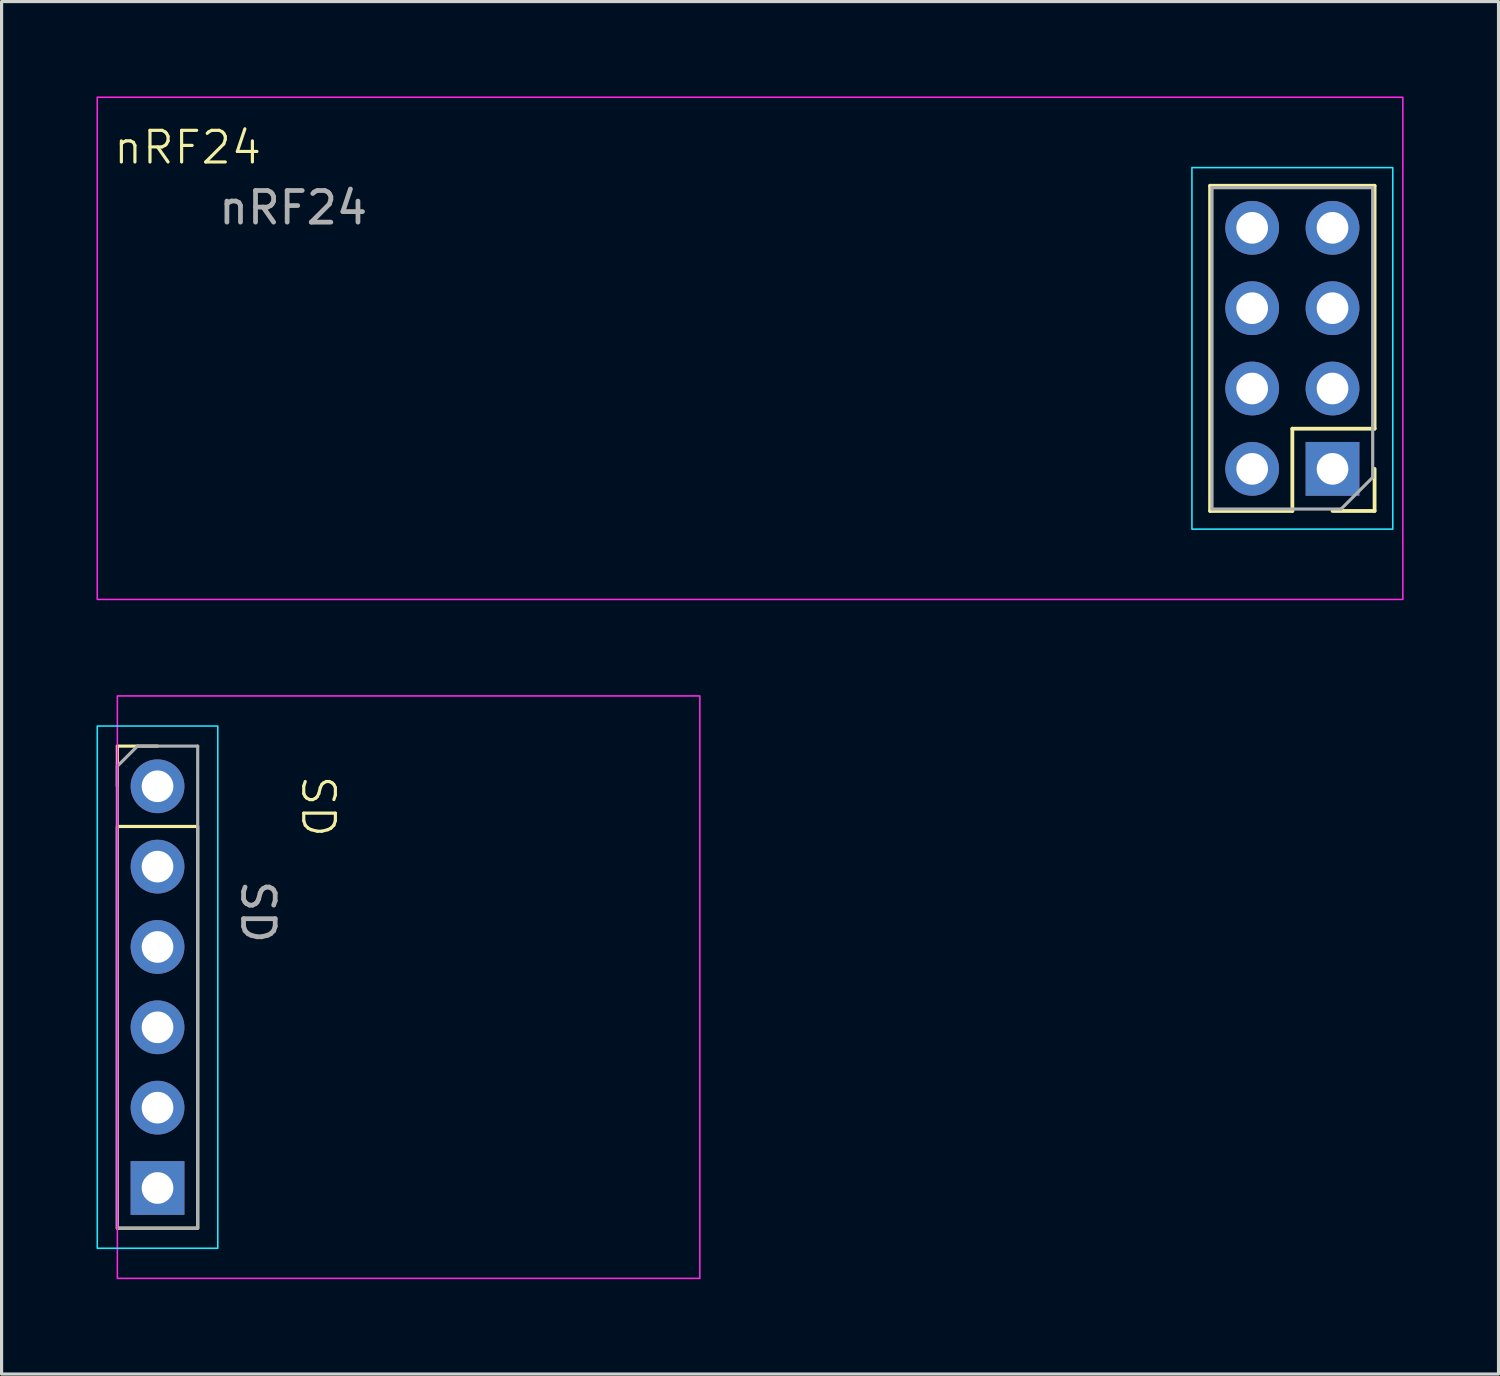
<source format=kicad_pcb>
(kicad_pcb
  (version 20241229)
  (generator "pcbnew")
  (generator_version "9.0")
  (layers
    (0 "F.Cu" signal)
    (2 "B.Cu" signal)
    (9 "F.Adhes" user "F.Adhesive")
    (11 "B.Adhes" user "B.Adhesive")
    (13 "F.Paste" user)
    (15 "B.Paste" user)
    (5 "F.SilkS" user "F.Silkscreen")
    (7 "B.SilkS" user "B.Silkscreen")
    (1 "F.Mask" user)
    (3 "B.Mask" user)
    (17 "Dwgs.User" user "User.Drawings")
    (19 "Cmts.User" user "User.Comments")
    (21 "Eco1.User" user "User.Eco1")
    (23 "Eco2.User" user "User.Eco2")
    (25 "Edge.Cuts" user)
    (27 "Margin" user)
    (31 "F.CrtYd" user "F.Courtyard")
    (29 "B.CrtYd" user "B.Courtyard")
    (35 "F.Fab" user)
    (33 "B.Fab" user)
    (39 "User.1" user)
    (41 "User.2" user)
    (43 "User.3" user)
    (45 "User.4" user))
  (footprint "nRF24"
    (layer "F.Cu")
    (at 37.807 7.963)
    (property "Reference" "nRF24" (at -34.925 -6.35 0) (unlocked yes) (layer "F.SilkS") (effects (font (size 1 1) (thickness 0.1))))
    (attr through_hole)
    (fp_line (start -2.6 -5.14) (end 2.6 -5.14) (stroke (width 0.12) (type solid)) (layer "F.SilkS"))
    (fp_line (start -2.6 5.14) (end -2.6 -5.14) (stroke (width 0.12) (type solid)) (layer "F.SilkS"))
    (fp_line (start -2.6 5.14) (end 0 5.14) (stroke (width 0.12) (type solid)) (layer "F.SilkS"))
    (fp_line (start 0 2.54) (end 2.6 2.54) (stroke (width 0.12) (type solid)) (layer "F.SilkS"))
    (fp_line (start 0 5.14) (end 0 2.54) (stroke (width 0.12) (type solid)) (layer "F.SilkS"))
    (fp_line (start 1.27 5.14) (end 2.6 5.14) (stroke (width 0.12) (type solid)) (layer "F.SilkS"))
    (fp_line (start 2.6 2.54) (end 2.6 -5.14) (stroke (width 0.12) (type solid)) (layer "F.SilkS"))
    (fp_line (start 2.6 5.14) (end 2.6 3.81) (stroke (width 0.12) (type solid)) (layer "F.SilkS"))
    (fp_rect (start -3.175 -5.715) (end 3.175 5.715) (stroke (width 0.05) (type default)) (fill no) (layer "B.CrtYd"))
    (fp_rect (start 3.493 -7.938) (end -37.782 7.938) (stroke (width 0.05) (type default)) (fill no) (layer "F.CrtYd"))
    (fp_line (start -2.54 -5.08) (end -2.54 5.08) (stroke (width 0.1) (type solid)) (layer "F.Fab"))
    (fp_line (start -2.54 5.08) (end 1.54 5.08) (stroke (width 0.1) (type solid)) (layer "F.Fab"))
    (fp_line (start 1.54 5.08) (end 2.54 4.08) (stroke (width 0.1) (type solid)) (layer "F.Fab"))
    (fp_line (start 2.54 -5.08) (end -2.54 -5.08) (stroke (width 0.1) (type solid)) (layer "F.Fab"))
    (fp_line (start 2.54 4.08) (end 2.54 -5.08) (stroke (width 0.1) (type solid)) (layer "F.Fab"))
    (fp_text user "${REFERENCE}" (at -31.588 -4.445 0) (unlocked yes) (layer "F.Fab") (effects (font (size 1 1) (thickness 0.15))))
    (pad "1" thru_hole rect (at 1.27 3.81) (size 1.7 1.7) (drill 1) (layers "*.Cu" "*.Mask"))
    (pad "2" thru_hole oval (at -1.27 3.81) (size 1.7 1.7) (drill 1) (layers "*.Cu" "*.Mask"))
    (pad "3" thru_hole oval (at 1.27 1.27) (size 1.7 1.7) (drill 1) (layers "*.Cu" "*.Mask"))
    (pad "4" thru_hole oval (at -1.27 1.27) (size 1.7 1.7) (drill 1) (layers "*.Cu" "*.Mask"))
    (pad "5" thru_hole oval (at 1.27 -1.27) (size 1.7 1.7) (drill 1) (layers "*.Cu" "*.Mask"))
    (pad "6" thru_hole oval (at -1.27 -1.27) (size 1.7 1.7) (drill 1) (layers "*.Cu" "*.Mask"))
    (pad "7" thru_hole oval (at 1.27 -3.81) (size 1.7 1.7) (drill 1) (layers "*.Cu" "*.Mask"))
    (pad "8" thru_hole oval (at -1.27 -3.81) (size 1.7 1.7) (drill 1) (layers "*.Cu" "*.Mask")))
  (footprint "SD"
    (layer "F.Cu")
    (at 1.93 21.808)
    (property "Reference" "SD" (at 5.08 0.635 270) (unlocked yes) (layer "F.SilkS") (effects (font (size 1 1) (thickness 0.1))))
    (attr smd)
    (fp_line (start -1.27 -1.27) (end 0 -1.27) (stroke (width 0.1) (type default)) (layer "F.SilkS"))
    (fp_line (start -1.27 0) (end -1.27 -1.27) (stroke (width 0.1) (type default)) (layer "F.SilkS"))
    (fp_rect (start -1.27 13.97) (end 1.27 1.27) (stroke (width 0.1) (type default)) (fill no) (layer "F.SilkS"))
    (fp_rect (start -1.905 -1.905) (end 1.905 14.605) (stroke (width 0.05) (type default)) (fill no) (layer "B.CrtYd"))
    (fp_rect (start 17.145 -2.857) (end -1.27 15.557) (stroke (width 0.05) (type default)) (fill no) (layer "F.CrtYd"))
    (fp_line (start -1.27 -0.635) (end -0.635 -1.27) (stroke (width 0.1) (type solid)) (layer "F.Fab"))
    (fp_line (start -1.27 13.97) (end -1.27 -0.635) (stroke (width 0.1) (type solid)) (layer "F.Fab"))
    (fp_line (start -0.635 -1.27) (end 1.27 -1.27) (stroke (width 0.1) (type solid)) (layer "F.Fab"))
    (fp_line (start 1.27 -1.27) (end 1.27 13.97) (stroke (width 0.1) (type solid)) (layer "F.Fab"))
    (fp_line (start 1.27 13.97) (end -1.27 13.97) (stroke (width 0.1) (type solid)) (layer "F.Fab"))
    (fp_text user "${REFERENCE}" (at 3.175 3.972 270) (unlocked yes) (layer "F.Fab") (effects (font (size 1 1) (thickness 0.15))))
    (pad "1" thru_hole oval (at 0 0 180) (size 1.7 1.7) (drill 1) (layers "*.Cu" "*.Mask"))
    (pad "2" thru_hole oval (at 0 2.54 180) (size 1.7 1.7) (drill 1) (layers "*.Cu" "*.Mask"))
    (pad "3" thru_hole oval (at 0 5.08 180) (size 1.7 1.7) (drill 1) (layers "*.Cu" "*.Mask"))
    (pad "4" thru_hole oval (at 0 7.62 180) (size 1.7 1.7) (drill 1) (layers "*.Cu" "*.Mask"))
    (pad "5" thru_hole oval (at 0 10.16 180) (size 1.7 1.7) (drill 1) (layers "*.Cu" "*.Mask"))
    (pad "6" thru_hole rect (at 0 12.7 180) (size 1.7 1.7) (drill 1) (layers "*.Cu" "*.Mask")))
  (gr_rect
    (start -3 -3)
    (end 44.325 40.39)
    (stroke (width 0.1) (type default))
    (fill no)
    (layer "Edge.Cuts")))
</source>
